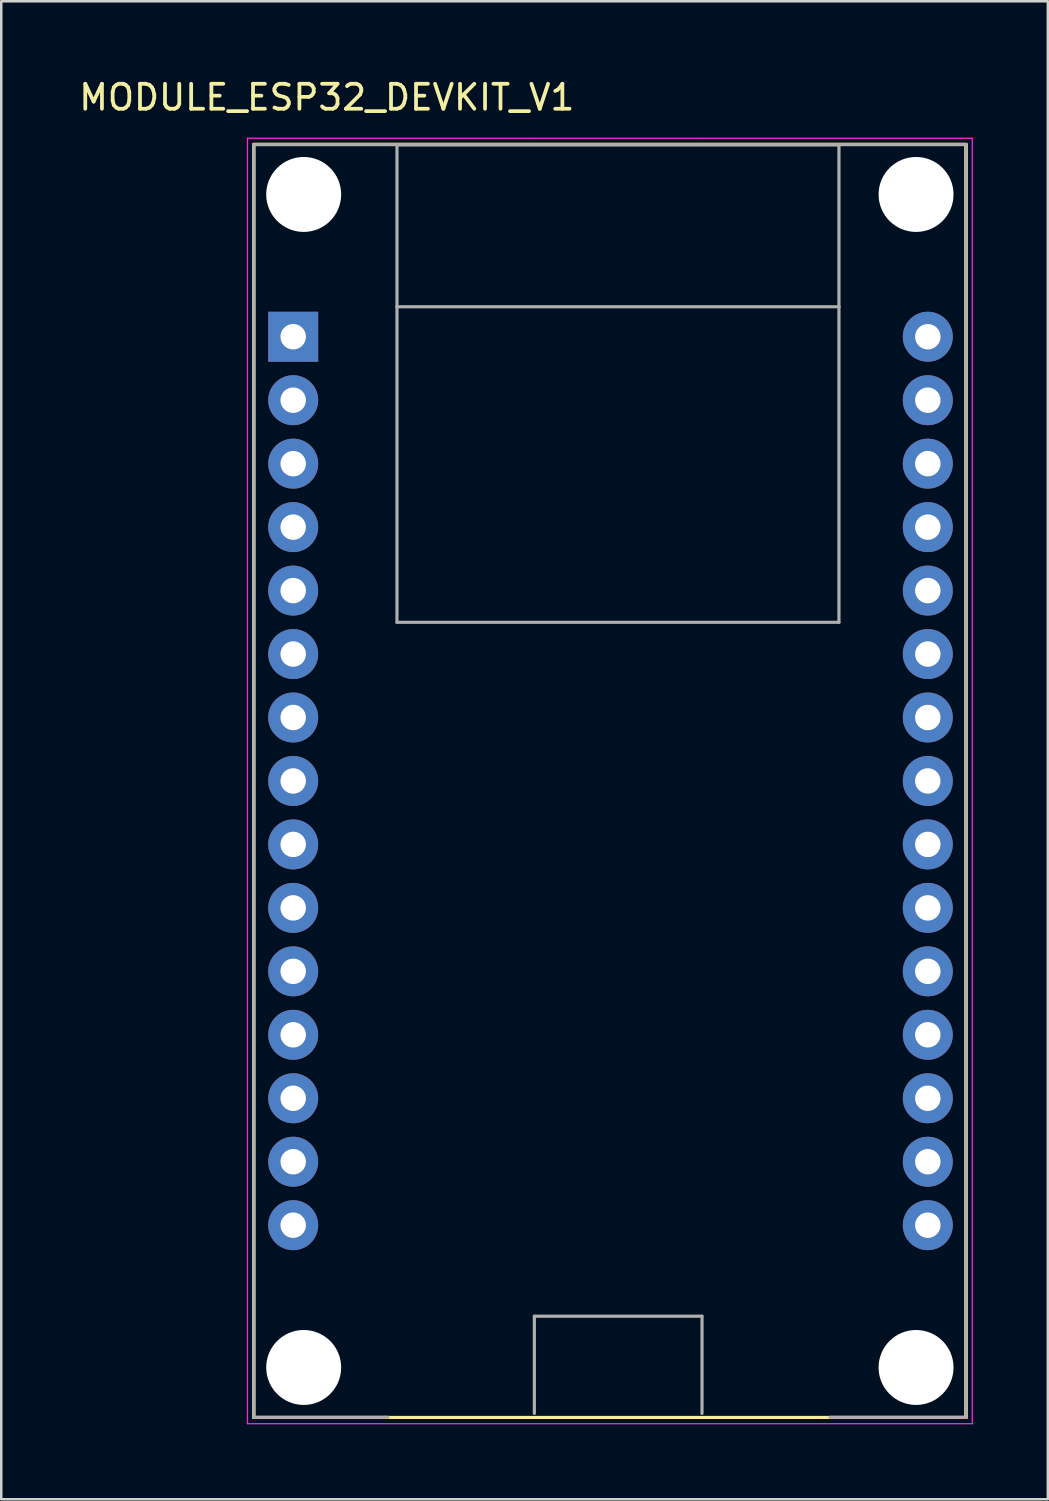
<source format=kicad_pcb>
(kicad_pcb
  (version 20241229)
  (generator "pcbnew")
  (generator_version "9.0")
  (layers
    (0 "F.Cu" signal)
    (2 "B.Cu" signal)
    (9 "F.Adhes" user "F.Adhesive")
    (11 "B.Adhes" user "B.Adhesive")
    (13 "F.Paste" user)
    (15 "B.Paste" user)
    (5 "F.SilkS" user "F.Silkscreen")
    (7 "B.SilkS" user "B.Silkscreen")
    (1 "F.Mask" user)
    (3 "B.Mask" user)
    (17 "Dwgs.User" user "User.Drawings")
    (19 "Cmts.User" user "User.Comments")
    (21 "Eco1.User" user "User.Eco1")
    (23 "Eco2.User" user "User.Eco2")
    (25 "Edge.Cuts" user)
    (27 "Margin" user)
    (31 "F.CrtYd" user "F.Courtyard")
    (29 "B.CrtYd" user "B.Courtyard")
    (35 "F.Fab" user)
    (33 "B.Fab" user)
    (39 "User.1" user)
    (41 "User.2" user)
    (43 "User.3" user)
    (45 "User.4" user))
  (footprint "MODULE_ESP32_DEVKIT_V1"
    (layer "F.Cu")
    (at 21.385 28.208)
    (property "Reference" "MODULE_ESP32_DEVKIT_V1" (at -11.355 -27.36 0) (layer "F.SilkS") (effects (font (size 1 1) (thickness 0.15))))
    (attr through_hole)
    (fp_line (start -14.28 -25.475) (end -3.211 -25.475) (stroke (width 0.127) (type solid)) (layer "F.SilkS"))
    (fp_line (start -14.28 -25.475) (end 14.23 -25.475) (stroke (width 0.127) (type solid)) (layer "F.SilkS"))
    (fp_line (start -14.28 25.475) (end -14.28 -25.475) (stroke (width 0.127) (type solid)) (layer "F.SilkS"))
    (fp_line (start -14.28 25.475) (end -14.28 -25.475) (stroke (width 0.127) (type solid)) (layer "F.SilkS"))
    (fp_line (start -14.28 25.475) (end -8.91 25.475) (stroke (width 0.127) (type solid)) (layer "F.SilkS"))
    (fp_line (start -3.211 -25.475) (end 3.5 -25.475) (stroke (width 0.127) (type solid)) (layer "F.SilkS"))
    (fp_line (start 3.5 -25.475) (end 14.23 -25.475) (stroke (width 0.127) (type solid)) (layer "F.SilkS"))
    (fp_line (start 8.78 25.475) (end 14.23 25.475) (stroke (width 0.127) (type solid)) (layer "F.SilkS"))
    (fp_line (start 9.144 -25.47) (end -8.546 -25.47) (stroke (width 0.127) (type solid)) (layer "F.SilkS"))
    (fp_line (start 14.23 -25.475) (end 14.23 25.475) (stroke (width 0.127) (type solid)) (layer "F.SilkS"))
    (fp_line (start 14.23 -25.475) (end 14.23 25.475) (stroke (width 0.127) (type solid)) (layer "F.SilkS"))
    (fp_line (start 14.23 25.475) (end -14.28 25.475) (stroke (width 0.127) (type solid)) (layer "F.SilkS"))
    (fp_line (start -14.53 -25.725) (end -14.53 25.725) (stroke (width 0.05) (type solid)) (layer "F.CrtYd"))
    (fp_line (start -14.53 25.725) (end 14.48 25.725) (stroke (width 0.05) (type solid)) (layer "F.CrtYd"))
    (fp_line (start 14.48 -25.725) (end -14.53 -25.725) (stroke (width 0.05) (type solid)) (layer "F.CrtYd"))
    (fp_line (start 14.48 25.725) (end 14.48 -25.725) (stroke (width 0.05) (type solid)) (layer "F.CrtYd"))
    (fp_line (start -14.28 -25.475) (end -3.211 -25.475) (stroke (width 0.127) (type solid)) (layer "F.Fab"))
    (fp_line (start -14.28 25.475) (end -14.28 -25.475) (stroke (width 0.127) (type solid)) (layer "F.Fab"))
    (fp_line (start -14.28 25.475) (end -8.91 25.475) (stroke (width 0.127) (type solid)) (layer "F.Fab"))
    (fp_line (start -8.546 -18.98) (end -8.546 -25.47) (stroke (width 0.127) (type solid)) (layer "F.Fab"))
    (fp_line (start -8.546 -6.35) (end -8.546 -18.98) (stroke (width 0.127) (type solid)) (layer "F.Fab"))
    (fp_line (start -3.211 -25.475) (end 3.5 -25.475) (stroke (width 0.127) (type solid)) (layer "F.Fab"))
    (fp_line (start -3.048 21.423) (end 3.663 21.423) (stroke (width 0.127) (type solid)) (layer "F.Fab"))
    (fp_line (start -3.048 25.313) (end -3.048 21.423) (stroke (width 0.127) (type solid)) (layer "F.Fab"))
    (fp_line (start 3.5 -25.475) (end 14.23 -25.475) (stroke (width 0.127) (type solid)) (layer "F.Fab"))
    (fp_line (start 3.663 21.423) (end 3.663 25.313) (stroke (width 0.127) (type solid)) (layer "F.Fab"))
    (fp_line (start 8.78 25.475) (end 14.23 25.475) (stroke (width 0.127) (type solid)) (layer "F.Fab"))
    (fp_line (start 9.144 -25.47) (end -8.546 -25.47) (stroke (width 0.127) (type solid)) (layer "F.Fab"))
    (fp_line (start 9.144 -25.47) (end 9.144 -18.98) (stroke (width 0.127) (type solid)) (layer "F.Fab"))
    (fp_line (start 9.144 -18.98) (end -8.546 -18.98) (stroke (width 0.127) (type solid)) (layer "F.Fab"))
    (fp_line (start 9.144 -18.98) (end 9.144 -6.35) (stroke (width 0.127) (type solid)) (layer "F.Fab"))
    (fp_line (start 9.144 -6.35) (end -8.546 -6.35) (stroke (width 0.127) (type solid)) (layer "F.Fab"))
    (fp_line (start 14.23 -25.475) (end 14.23 25.475) (stroke (width 0.127) (type solid)) (layer "F.Fab"))
    (pad "" np_thru_hole circle (at -12.28 -23.475) (size 3 3) (drill 3) (layers "*.Cu" "*.Mask"))
    (pad "" np_thru_hole circle (at -12.28 23.475) (size 3 3) (drill 3) (layers "*.Cu" "*.Mask"))
    (pad "" np_thru_hole circle (at 12.23 -23.475) (size 3 3) (drill 3) (layers "*.Cu" "*.Mask"))
    (pad "" np_thru_hole circle (at 12.23 23.475) (size 3 3) (drill 3) (layers "*.Cu" "*.Mask"))
    (pad "1" thru_hole rect (at -12.7 -17.78) (size 2 2) (drill 1.02) (layers "*.Cu" "*.Mask"))
    (pad "2" thru_hole circle (at -12.7 -15.24) (size 2 2) (drill 1.02) (layers "*.Cu" "*.Mask"))
    (pad "3" thru_hole circle (at -12.7 -12.7) (size 2 2) (drill 1.02) (layers "*.Cu" "*.Mask"))
    (pad "4" thru_hole circle (at -12.7 -10.16) (size 2 2) (drill 1.02) (layers "*.Cu" "*.Mask"))
    (pad "5" thru_hole circle (at -12.7 -7.62) (size 2 2) (drill 1.02) (layers "*.Cu" "*.Mask"))
    (pad "6" thru_hole circle (at -12.7 -5.08) (size 2 2) (drill 1.02) (layers "*.Cu" "*.Mask"))
    (pad "7" thru_hole circle (at -12.7 -2.54) (size 2 2) (drill 1.02) (layers "*.Cu" "*.Mask"))
    (pad "8" thru_hole circle (at -12.7 0) (size 2 2) (drill 1.02) (layers "*.Cu" "*.Mask"))
    (pad "9" thru_hole circle (at -12.7 2.54) (size 2 2) (drill 1.02) (layers "*.Cu" "*.Mask"))
    (pad "10" thru_hole circle (at -12.7 5.08) (size 2 2) (drill 1.02) (layers "*.Cu" "*.Mask"))
    (pad "11" thru_hole circle (at -12.7 7.62) (size 2 2) (drill 1.02) (layers "*.Cu" "*.Mask"))
    (pad "12" thru_hole circle (at -12.7 10.16) (size 2 2) (drill 1.02) (layers "*.Cu" "*.Mask"))
    (pad "13" thru_hole circle (at -12.7 12.7) (size 2 2) (drill 1.02) (layers "*.Cu" "*.Mask"))
    (pad "14" thru_hole circle (at -12.7 15.24) (size 2 2) (drill 1.02) (layers "*.Cu" "*.Mask"))
    (pad "15" thru_hole circle (at -12.7 17.78) (size 2 2) (drill 1.02) (layers "*.Cu" "*.Mask"))
    (pad "16" thru_hole circle (at 12.7 17.78) (size 2 2) (drill 1.02) (layers "*.Cu" "*.Mask"))
    (pad "17" thru_hole circle (at 12.7 15.24) (size 2 2) (drill 1.02) (layers "*.Cu" "*.Mask"))
    (pad "18" thru_hole circle (at 12.7 12.7) (size 2 2) (drill 1.02) (layers "*.Cu" "*.Mask"))
    (pad "19" thru_hole circle (at 12.7 10.16) (size 2 2) (drill 1.02) (layers "*.Cu" "*.Mask"))
    (pad "20" thru_hole circle (at 12.7 7.62) (size 2 2) (drill 1.02) (layers "*.Cu" "*.Mask"))
    (pad "21" thru_hole circle (at 12.7 5.08) (size 2 2) (drill 1.02) (layers "*.Cu" "*.Mask"))
    (pad "22" thru_hole circle (at 12.7 2.54) (size 2 2) (drill 1.02) (layers "*.Cu" "*.Mask"))
    (pad "23" thru_hole circle (at 12.7 0) (size 2 2) (drill 1.02) (layers "*.Cu" "*.Mask"))
    (pad "24" thru_hole circle (at 12.7 -2.54) (size 2 2) (drill 1.02) (layers "*.Cu" "*.Mask"))
    (pad "25" thru_hole circle (at 12.7 -5.08) (size 2 2) (drill 1.02) (layers "*.Cu" "*.Mask"))
    (pad "26" thru_hole circle (at 12.7 -7.62) (size 2 2) (drill 1.02) (layers "*.Cu" "*.Mask"))
    (pad "27" thru_hole circle (at 12.7 -10.16) (size 2 2) (drill 1.02) (layers "*.Cu" "*.Mask"))
    (pad "28" thru_hole circle (at 12.7 -12.7) (size 2 2) (drill 1.02) (layers "*.Cu" "*.Mask"))
    (pad "29" thru_hole circle (at 12.7 -15.24) (size 2 2) (drill 1.02) (layers "*.Cu" "*.Mask"))
    (pad "30" thru_hole circle (at 12.7 -17.78) (size 2 2) (drill 1.02) (layers "*.Cu" "*.Mask")))
  (gr_rect
    (start -3 -3)
    (end 38.89 56.958)
    (stroke (width 0.1) (type default))
    (fill no)
    (layer "Edge.Cuts")))
</source>
